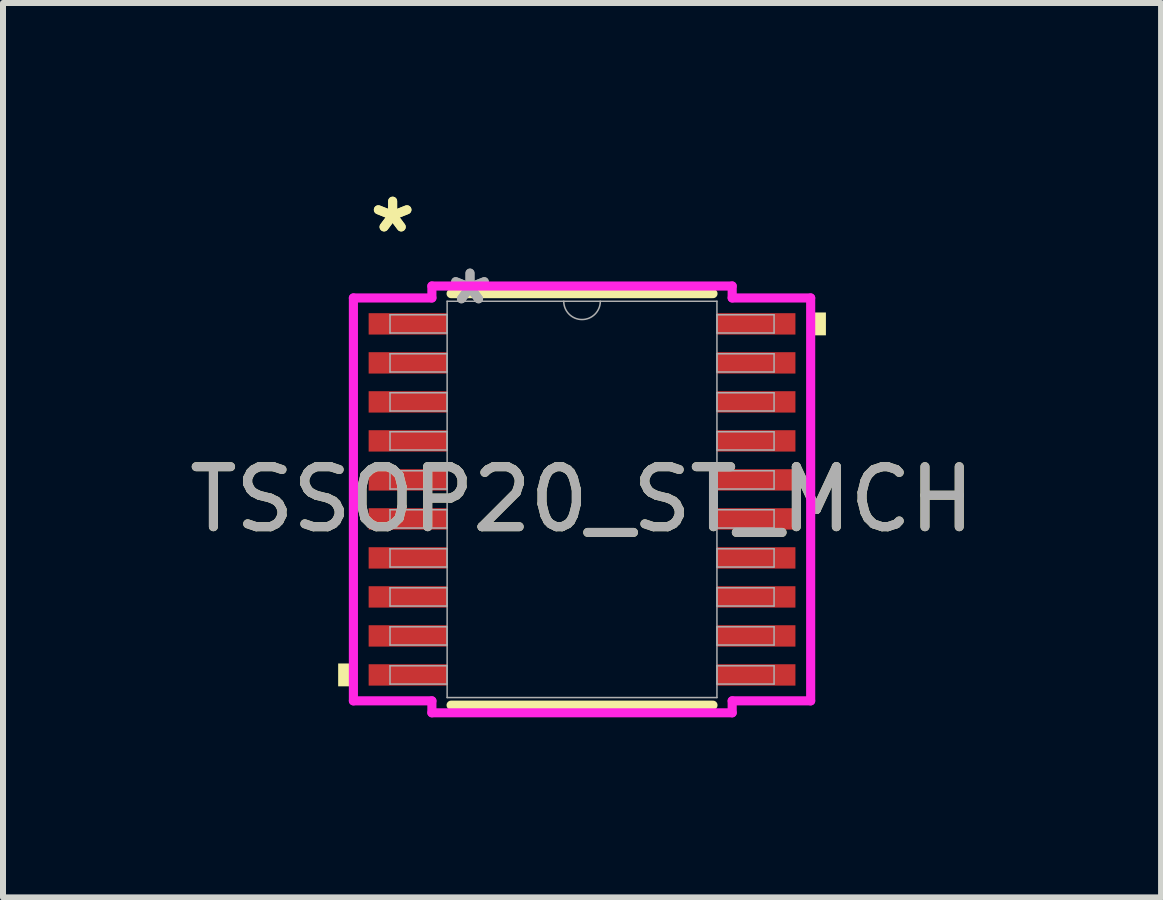
<source format=kicad_pcb>
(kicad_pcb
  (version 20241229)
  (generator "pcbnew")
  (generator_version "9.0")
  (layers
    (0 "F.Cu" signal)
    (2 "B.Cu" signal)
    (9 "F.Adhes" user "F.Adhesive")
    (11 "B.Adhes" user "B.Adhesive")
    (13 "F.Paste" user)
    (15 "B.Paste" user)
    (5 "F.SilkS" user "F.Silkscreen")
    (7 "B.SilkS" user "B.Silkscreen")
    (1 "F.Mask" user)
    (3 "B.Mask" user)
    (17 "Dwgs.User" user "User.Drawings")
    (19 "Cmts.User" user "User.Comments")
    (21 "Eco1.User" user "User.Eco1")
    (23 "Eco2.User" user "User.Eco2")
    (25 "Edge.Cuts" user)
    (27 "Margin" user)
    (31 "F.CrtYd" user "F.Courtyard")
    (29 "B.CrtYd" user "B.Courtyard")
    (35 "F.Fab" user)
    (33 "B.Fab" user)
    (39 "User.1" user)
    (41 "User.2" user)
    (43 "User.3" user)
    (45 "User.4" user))
  (footprint "TSSOP20_ST_MCH"
    (layer "F.Cu")
    (at 6.649 5.272)
    (property "Reference" "TSSOP20_ST_MCH" (at 0 0 0) (unlocked yes) (layer "F.SilkS") (effects (font (size 1 1) (thickness 0.15))))
    (attr smd)
    (fp_line (start -2.182 3.429) (end 2.182 3.429) (stroke (width 0.152) (type solid)) (layer "F.SilkS"))
    (fp_line (start 2.182 -3.429) (end -2.182 -3.429) (stroke (width 0.152) (type solid)) (layer "F.SilkS"))
    (fp_poly (pts (xy -4.064 2.734) (xy -4.064 3.115) (xy -3.81 3.115) (xy -3.81 2.734)) (stroke (width 0) (type solid)) (fill yes) (layer "F.SilkS"))
    (fp_poly (pts (xy 4.064 -3.115) (xy 4.064 -2.734) (xy 3.81 -2.734) (xy 3.81 -3.115)) (stroke (width 0) (type solid)) (fill yes) (layer "F.SilkS"))
    (fp_line (start -3.81 -3.357) (end -2.502 -3.357) (stroke (width 0.152) (type solid)) (layer "F.CrtYd"))
    (fp_line (start -3.81 3.357) (end -3.81 -3.357) (stroke (width 0.152) (type solid)) (layer "F.CrtYd"))
    (fp_line (start -3.81 3.357) (end -2.502 3.357) (stroke (width 0.152) (type solid)) (layer "F.CrtYd"))
    (fp_line (start -2.502 -3.556) (end 2.502 -3.556) (stroke (width 0.152) (type solid)) (layer "F.CrtYd"))
    (fp_line (start -2.502 -3.357) (end -2.502 -3.556) (stroke (width 0.152) (type solid)) (layer "F.CrtYd"))
    (fp_line (start -2.502 3.556) (end -2.502 3.357) (stroke (width 0.152) (type solid)) (layer "F.CrtYd"))
    (fp_line (start 2.502 -3.556) (end 2.502 -3.357) (stroke (width 0.152) (type solid)) (layer "F.CrtYd"))
    (fp_line (start 2.502 3.357) (end 2.502 3.556) (stroke (width 0.152) (type solid)) (layer "F.CrtYd"))
    (fp_line (start 2.502 3.556) (end -2.502 3.556) (stroke (width 0.152) (type solid)) (layer "F.CrtYd"))
    (fp_line (start 3.81 -3.357) (end 2.502 -3.357) (stroke (width 0.152) (type solid)) (layer "F.CrtYd"))
    (fp_line (start 3.81 -3.357) (end 3.81 3.357) (stroke (width 0.152) (type solid)) (layer "F.CrtYd"))
    (fp_line (start 3.81 3.357) (end 2.502 3.357) (stroke (width 0.152) (type solid)) (layer "F.CrtYd"))
    (fp_line (start -3.2 -3.077) (end -3.2 -2.773) (stroke (width 0.025) (type solid)) (layer "F.Fab"))
    (fp_line (start -3.2 -2.773) (end -2.248 -2.773) (stroke (width 0.025) (type solid)) (layer "F.Fab"))
    (fp_line (start -3.2 -2.427) (end -3.2 -2.123) (stroke (width 0.025) (type solid)) (layer "F.Fab"))
    (fp_line (start -3.2 -2.123) (end -2.248 -2.123) (stroke (width 0.025) (type solid)) (layer "F.Fab"))
    (fp_line (start -3.2 -1.777) (end -3.2 -1.473) (stroke (width 0.025) (type solid)) (layer "F.Fab"))
    (fp_line (start -3.2 -1.473) (end -2.248 -1.473) (stroke (width 0.025) (type solid)) (layer "F.Fab"))
    (fp_line (start -3.2 -1.127) (end -3.2 -0.823) (stroke (width 0.025) (type solid)) (layer "F.Fab"))
    (fp_line (start -3.2 -0.823) (end -2.248 -0.823) (stroke (width 0.025) (type solid)) (layer "F.Fab"))
    (fp_line (start -3.2 -0.477) (end -3.2 -0.173) (stroke (width 0.025) (type solid)) (layer "F.Fab"))
    (fp_line (start -3.2 -0.173) (end -2.248 -0.173) (stroke (width 0.025) (type solid)) (layer "F.Fab"))
    (fp_line (start -3.2 0.173) (end -3.2 0.477) (stroke (width 0.025) (type solid)) (layer "F.Fab"))
    (fp_line (start -3.2 0.477) (end -2.248 0.477) (stroke (width 0.025) (type solid)) (layer "F.Fab"))
    (fp_line (start -3.2 0.823) (end -3.2 1.127) (stroke (width 0.025) (type solid)) (layer "F.Fab"))
    (fp_line (start -3.2 1.127) (end -2.248 1.127) (stroke (width 0.025) (type solid)) (layer "F.Fab"))
    (fp_line (start -3.2 1.473) (end -3.2 1.777) (stroke (width 0.025) (type solid)) (layer "F.Fab"))
    (fp_line (start -3.2 1.777) (end -2.248 1.777) (stroke (width 0.025) (type solid)) (layer "F.Fab"))
    (fp_line (start -3.2 2.123) (end -3.2 2.427) (stroke (width 0.025) (type solid)) (layer "F.Fab"))
    (fp_line (start -3.2 2.427) (end -2.248 2.427) (stroke (width 0.025) (type solid)) (layer "F.Fab"))
    (fp_line (start -3.2 2.773) (end -3.2 3.077) (stroke (width 0.025) (type solid)) (layer "F.Fab"))
    (fp_line (start -3.2 3.077) (end -2.248 3.077) (stroke (width 0.025) (type solid)) (layer "F.Fab"))
    (fp_line (start -2.248 -3.302) (end -2.248 3.302) (stroke (width 0.025) (type solid)) (layer "F.Fab"))
    (fp_line (start -2.248 -3.077) (end -3.2 -3.077) (stroke (width 0.025) (type solid)) (layer "F.Fab"))
    (fp_line (start -2.248 -2.773) (end -2.248 -3.077) (stroke (width 0.025) (type solid)) (layer "F.Fab"))
    (fp_line (start -2.248 -2.427) (end -3.2 -2.427) (stroke (width 0.025) (type solid)) (layer "F.Fab"))
    (fp_line (start -2.248 -2.123) (end -2.248 -2.427) (stroke (width 0.025) (type solid)) (layer "F.Fab"))
    (fp_line (start -2.248 -1.777) (end -3.2 -1.777) (stroke (width 0.025) (type solid)) (layer "F.Fab"))
    (fp_line (start -2.248 -1.473) (end -2.248 -1.777) (stroke (width 0.025) (type solid)) (layer "F.Fab"))
    (fp_line (start -2.248 -1.127) (end -3.2 -1.127) (stroke (width 0.025) (type solid)) (layer "F.Fab"))
    (fp_line (start -2.248 -0.823) (end -2.248 -1.127) (stroke (width 0.025) (type solid)) (layer "F.Fab"))
    (fp_line (start -2.248 -0.477) (end -3.2 -0.477) (stroke (width 0.025) (type solid)) (layer "F.Fab"))
    (fp_line (start -2.248 -0.173) (end -2.248 -0.477) (stroke (width 0.025) (type solid)) (layer "F.Fab"))
    (fp_line (start -2.248 0.173) (end -3.2 0.173) (stroke (width 0.025) (type solid)) (layer "F.Fab"))
    (fp_line (start -2.248 0.477) (end -2.248 0.173) (stroke (width 0.025) (type solid)) (layer "F.Fab"))
    (fp_line (start -2.248 0.823) (end -3.2 0.823) (stroke (width 0.025) (type solid)) (layer "F.Fab"))
    (fp_line (start -2.248 1.127) (end -2.248 0.823) (stroke (width 0.025) (type solid)) (layer "F.Fab"))
    (fp_line (start -2.248 1.473) (end -3.2 1.473) (stroke (width 0.025) (type solid)) (layer "F.Fab"))
    (fp_line (start -2.248 1.777) (end -2.248 1.473) (stroke (width 0.025) (type solid)) (layer "F.Fab"))
    (fp_line (start -2.248 2.123) (end -3.2 2.123) (stroke (width 0.025) (type solid)) (layer "F.Fab"))
    (fp_line (start -2.248 2.427) (end -2.248 2.123) (stroke (width 0.025) (type solid)) (layer "F.Fab"))
    (fp_line (start -2.248 2.773) (end -3.2 2.773) (stroke (width 0.025) (type solid)) (layer "F.Fab"))
    (fp_line (start -2.248 3.077) (end -2.248 2.773) (stroke (width 0.025) (type solid)) (layer "F.Fab"))
    (fp_line (start -2.248 3.302) (end 2.248 3.302) (stroke (width 0.025) (type solid)) (layer "F.Fab"))
    (fp_line (start 2.248 -3.302) (end -2.248 -3.302) (stroke (width 0.025) (type solid)) (layer "F.Fab"))
    (fp_line (start 2.248 -3.077) (end 2.248 -2.773) (stroke (width 0.025) (type solid)) (layer "F.Fab"))
    (fp_line (start 2.248 -2.773) (end 3.2 -2.773) (stroke (width 0.025) (type solid)) (layer "F.Fab"))
    (fp_line (start 2.248 -2.427) (end 2.248 -2.123) (stroke (width 0.025) (type solid)) (layer "F.Fab"))
    (fp_line (start 2.248 -2.123) (end 3.2 -2.123) (stroke (width 0.025) (type solid)) (layer "F.Fab"))
    (fp_line (start 2.248 -1.777) (end 2.248 -1.473) (stroke (width 0.025) (type solid)) (layer "F.Fab"))
    (fp_line (start 2.248 -1.473) (end 3.2 -1.473) (stroke (width 0.025) (type solid)) (layer "F.Fab"))
    (fp_line (start 2.248 -1.127) (end 2.248 -0.823) (stroke (width 0.025) (type solid)) (layer "F.Fab"))
    (fp_line (start 2.248 -0.823) (end 3.2 -0.823) (stroke (width 0.025) (type solid)) (layer "F.Fab"))
    (fp_line (start 2.248 -0.477) (end 2.248 -0.173) (stroke (width 0.025) (type solid)) (layer "F.Fab"))
    (fp_line (start 2.248 -0.173) (end 3.2 -0.173) (stroke (width 0.025) (type solid)) (layer "F.Fab"))
    (fp_line (start 2.248 0.173) (end 2.248 0.477) (stroke (width 0.025) (type solid)) (layer "F.Fab"))
    (fp_line (start 2.248 0.477) (end 3.2 0.477) (stroke (width 0.025) (type solid)) (layer "F.Fab"))
    (fp_line (start 2.248 0.823) (end 2.248 1.127) (stroke (width 0.025) (type solid)) (layer "F.Fab"))
    (fp_line (start 2.248 1.127) (end 3.2 1.127) (stroke (width 0.025) (type solid)) (layer "F.Fab"))
    (fp_line (start 2.248 1.473) (end 2.248 1.777) (stroke (width 0.025) (type solid)) (layer "F.Fab"))
    (fp_line (start 2.248 1.777) (end 3.2 1.777) (stroke (width 0.025) (type solid)) (layer "F.Fab"))
    (fp_line (start 2.248 2.123) (end 2.248 2.427) (stroke (width 0.025) (type solid)) (layer "F.Fab"))
    (fp_line (start 2.248 2.427) (end 3.2 2.427) (stroke (width 0.025) (type solid)) (layer "F.Fab"))
    (fp_line (start 2.248 2.773) (end 2.248 3.077) (stroke (width 0.025) (type solid)) (layer "F.Fab"))
    (fp_line (start 2.248 3.077) (end 3.2 3.077) (stroke (width 0.025) (type solid)) (layer "F.Fab"))
    (fp_line (start 2.248 3.302) (end 2.248 -3.302) (stroke (width 0.025) (type solid)) (layer "F.Fab"))
    (fp_line (start 3.2 -3.077) (end 2.248 -3.077) (stroke (width 0.025) (type solid)) (layer "F.Fab"))
    (fp_line (start 3.2 -2.773) (end 3.2 -3.077) (stroke (width 0.025) (type solid)) (layer "F.Fab"))
    (fp_line (start 3.2 -2.427) (end 2.248 -2.427) (stroke (width 0.025) (type solid)) (layer "F.Fab"))
    (fp_line (start 3.2 -2.123) (end 3.2 -2.427) (stroke (width 0.025) (type solid)) (layer "F.Fab"))
    (fp_line (start 3.2 -1.777) (end 2.248 -1.777) (stroke (width 0.025) (type solid)) (layer "F.Fab"))
    (fp_line (start 3.2 -1.473) (end 3.2 -1.777) (stroke (width 0.025) (type solid)) (layer "F.Fab"))
    (fp_line (start 3.2 -1.127) (end 2.248 -1.127) (stroke (width 0.025) (type solid)) (layer "F.Fab"))
    (fp_line (start 3.2 -0.823) (end 3.2 -1.127) (stroke (width 0.025) (type solid)) (layer "F.Fab"))
    (fp_line (start 3.2 -0.477) (end 2.248 -0.477) (stroke (width 0.025) (type solid)) (layer "F.Fab"))
    (fp_line (start 3.2 -0.173) (end 3.2 -0.477) (stroke (width 0.025) (type solid)) (layer "F.Fab"))
    (fp_line (start 3.2 0.173) (end 2.248 0.173) (stroke (width 0.025) (type solid)) (layer "F.Fab"))
    (fp_line (start 3.2 0.477) (end 3.2 0.173) (stroke (width 0.025) (type solid)) (layer "F.Fab"))
    (fp_line (start 3.2 0.823) (end 2.248 0.823) (stroke (width 0.025) (type solid)) (layer "F.Fab"))
    (fp_line (start 3.2 1.127) (end 3.2 0.823) (stroke (width 0.025) (type solid)) (layer "F.Fab"))
    (fp_line (start 3.2 1.473) (end 2.248 1.473) (stroke (width 0.025) (type solid)) (layer "F.Fab"))
    (fp_line (start 3.2 1.777) (end 3.2 1.473) (stroke (width 0.025) (type solid)) (layer "F.Fab"))
    (fp_line (start 3.2 2.123) (end 2.248 2.123) (stroke (width 0.025) (type solid)) (layer "F.Fab"))
    (fp_line (start 3.2 2.427) (end 3.2 2.123) (stroke (width 0.025) (type solid)) (layer "F.Fab"))
    (fp_line (start 3.2 2.773) (end 2.248 2.773) (stroke (width 0.025) (type solid)) (layer "F.Fab"))
    (fp_line (start 3.2 3.077) (end 3.2 2.773) (stroke (width 0.025) (type solid)) (layer "F.Fab"))
    (fp_arc (start 0.3048 -3.302) (mid 0 -2.9972) (end -0.3048 -3.302) (stroke (width 0.0254) (type solid)) (layer "F.Fab"))
    (fp_text user "*" (at -3.156 -4.424 0) (unlocked yes) (layer "F.SilkS") (effects (font (size 1 1) (thickness 0.15))))
    (fp_text user "*" (at -3.156 -4.424 0) (layer "F.SilkS") (effects (font (size 1 1) (thickness 0.15))))
    (fp_text user "*" (at -1.867 -3.226 0) (layer "F.Fab") (effects (font (size 1 1) (thickness 0.15))))
    (fp_text user "*" (at -1.867 -3.226 0) (unlocked yes) (layer "F.Fab") (effects (font (size 1 1) (thickness 0.15))))
    (fp_text user "${REFERENCE}" (at 0 0 0) (unlocked yes) (layer "F.Fab") (effects (font (size 1 1) (thickness 0.15))))
    (pad "1" smd rect (at -2.902 -2.925) (size 1.308 0.356) (layers "F.Cu" "F.Mask" "F.Paste"))
    (pad "2" smd rect (at -2.902 -2.275) (size 1.308 0.356) (layers "F.Cu" "F.Mask" "F.Paste"))
    (pad "3" smd rect (at -2.902 -1.625) (size 1.308 0.356) (layers "F.Cu" "F.Mask" "F.Paste"))
    (pad "4" smd rect (at -2.902 -0.975) (size 1.308 0.356) (layers "F.Cu" "F.Mask" "F.Paste"))
    (pad "5" smd rect (at -2.902 -0.325) (size 1.308 0.356) (layers "F.Cu" "F.Mask" "F.Paste"))
    (pad "6" smd rect (at -2.902 0.325) (size 1.308 0.356) (layers "F.Cu" "F.Mask" "F.Paste"))
    (pad "7" smd rect (at -2.902 0.975) (size 1.308 0.356) (layers "F.Cu" "F.Mask" "F.Paste"))
    (pad "8" smd rect (at -2.902 1.625) (size 1.308 0.356) (layers "F.Cu" "F.Mask" "F.Paste"))
    (pad "9" smd rect (at -2.902 2.275) (size 1.308 0.356) (layers "F.Cu" "F.Mask" "F.Paste"))
    (pad "10" smd rect (at -2.902 2.925) (size 1.308 0.356) (layers "F.Cu" "F.Mask" "F.Paste"))
    (pad "11" smd rect (at 2.902 2.925) (size 1.308 0.356) (layers "F.Cu" "F.Mask" "F.Paste"))
    (pad "12" smd rect (at 2.902 2.275) (size 1.308 0.356) (layers "F.Cu" "F.Mask" "F.Paste"))
    (pad "13" smd rect (at 2.902 1.625) (size 1.308 0.356) (layers "F.Cu" "F.Mask" "F.Paste"))
    (pad "14" smd rect (at 2.902 0.975) (size 1.308 0.356) (layers "F.Cu" "F.Mask" "F.Paste"))
    (pad "15" smd rect (at 2.902 0.325) (size 1.308 0.356) (layers "F.Cu" "F.Mask" "F.Paste"))
    (pad "16" smd rect (at 2.902 -0.325) (size 1.308 0.356) (layers "F.Cu" "F.Mask" "F.Paste"))
    (pad "17" smd rect (at 2.902 -0.975) (size 1.308 0.356) (layers "F.Cu" "F.Mask" "F.Paste"))
    (pad "18" smd rect (at 2.902 -1.625) (size 1.308 0.356) (layers "F.Cu" "F.Mask" "F.Paste"))
    (pad "19" smd rect (at 2.902 -2.275) (size 1.308 0.356) (layers "F.Cu" "F.Mask" "F.Paste"))
    (pad "20" smd rect (at 2.902 -2.925) (size 1.308 0.356) (layers "F.Cu" "F.Mask" "F.Paste")))
  (gr_rect
    (start -3 -3)
    (end 16.298 11.904)
    (stroke (width 0.1) (type default))
    (fill no)
    (layer "Edge.Cuts")))
</source>
